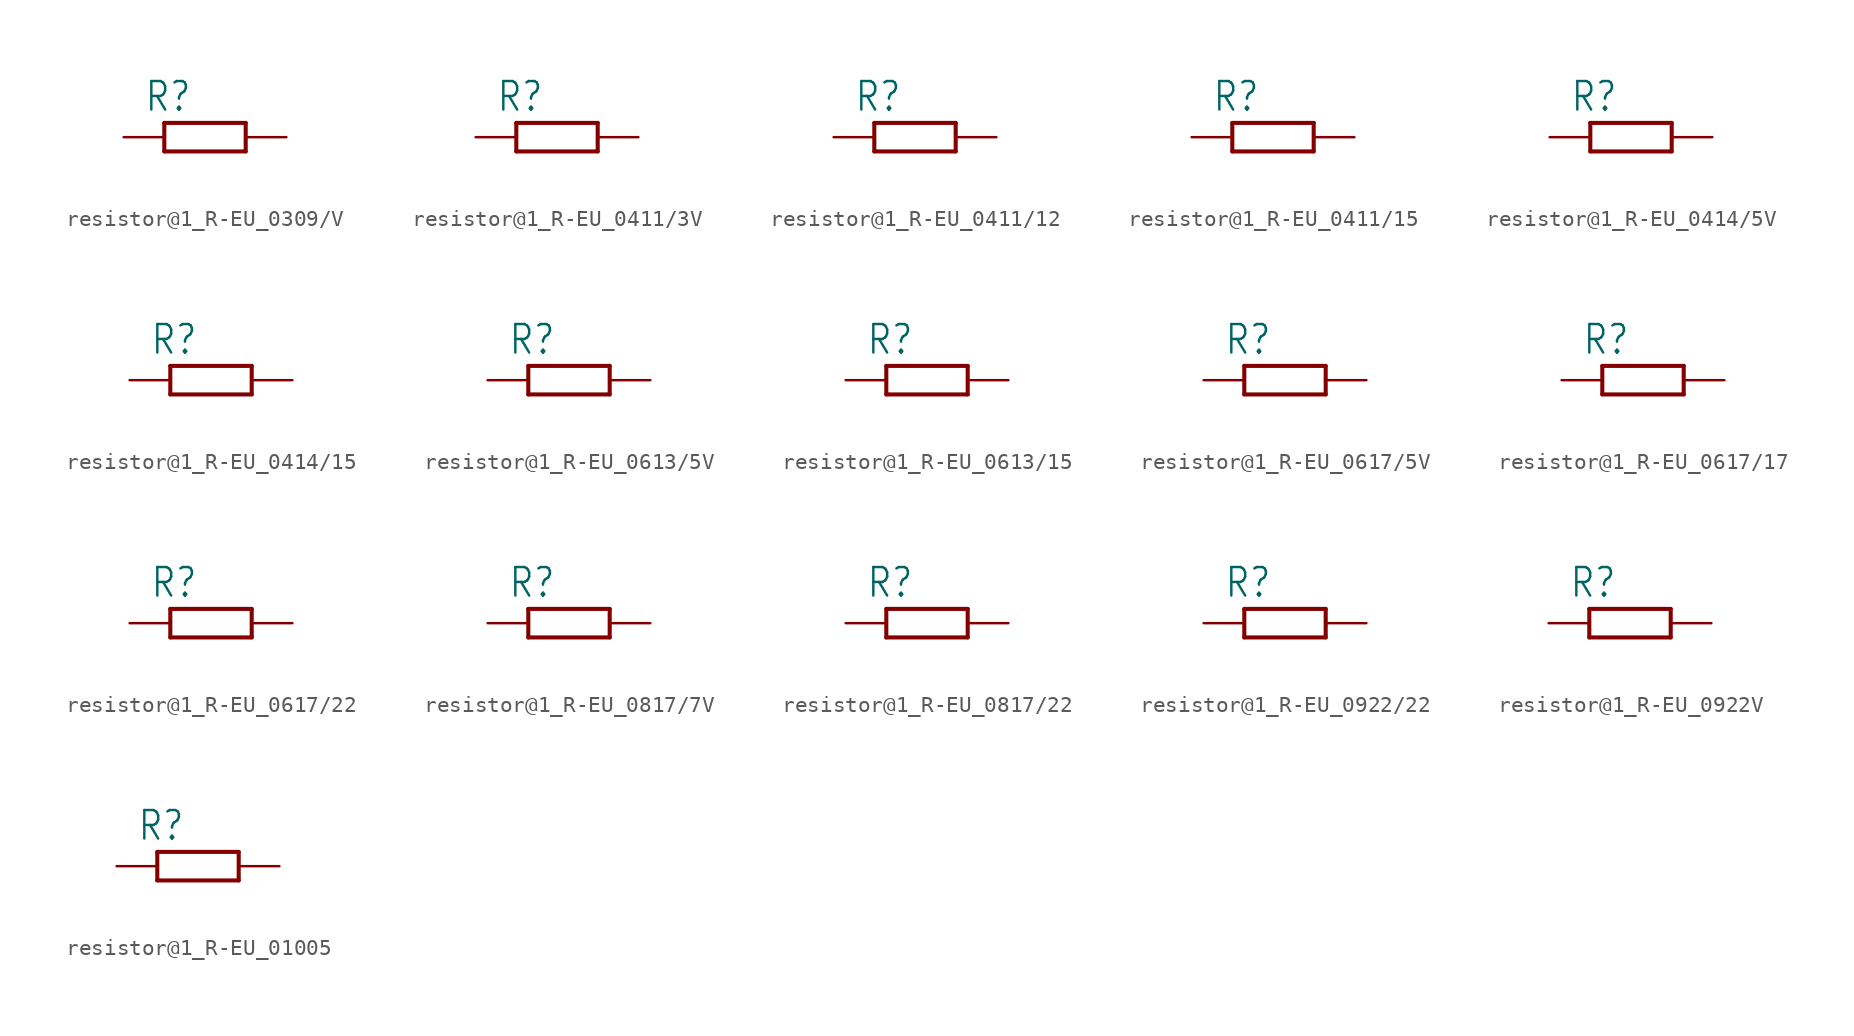
<source format=kicad_sym>
(kicad_symbol_lib
  (version 20231120)
  (generator "kicad_symbol_editor")
  (generator_version "8.0")
  (symbol "resistor@1_R-EU_0309/V"
    (property "Reference" "R"
      (at -3.81 1.499 0)
      (effects (font (size 1.778 1.511)) (justify left bottom)))
    (property "Value" ""
      (at -3.81 -3.302 0)
      (effects (font (size 1.778 1.511)) (justify left bottom)))
    (property "ki_locked" ""
      (at 0 0 0)
      (effects (font (size 1.27 1.27))))
    (symbol "resistor@1_R-EU_0309/V_1_0"
      (polyline (pts (xy -2.54 -0.889) (xy -2.54 0.889)) (stroke (width 0.254) (type solid)) (fill (type none)))
      (polyline (pts (xy -2.54 -0.889) (xy 2.54 -0.889)) (stroke (width 0.254) (type solid)) (fill (type none)))
      (polyline (pts (xy 2.54 -0.889) (xy 2.54 0.889)) (stroke (width 0.254) (type solid)) (fill (type none)))
      (polyline (pts (xy 2.54 0.889) (xy -2.54 0.889)) (stroke (width 0.254) (type solid)) (fill (type none)))
      (pin passive line (at -5.08 0 0) (length 2.54) (name "1" (effects (font (size 0 0)))) (number "1" (effects (font (size 0 0)))))
      (pin passive line (at 5.08 0 180) (length 2.54) (name "2" (effects (font (size 0 0)))) (number "2" (effects (font (size 0 0)))))))
  (symbol "resistor@1_R-EU_0411/3V"
    (property "Reference" "R"
      (at -3.81 1.499 0)
      (effects (font (size 1.778 1.511)) (justify left bottom)))
    (property "Value" ""
      (at -3.81 -3.302 0)
      (effects (font (size 1.778 1.511)) (justify left bottom)))
    (property "ki_locked" ""
      (at 0 0 0)
      (effects (font (size 1.27 1.27))))
    (symbol "resistor@1_R-EU_0411/3V_1_0"
      (polyline (pts (xy -2.54 -0.889) (xy -2.54 0.889)) (stroke (width 0.254) (type solid)) (fill (type none)))
      (polyline (pts (xy -2.54 -0.889) (xy 2.54 -0.889)) (stroke (width 0.254) (type solid)) (fill (type none)))
      (polyline (pts (xy 2.54 -0.889) (xy 2.54 0.889)) (stroke (width 0.254) (type solid)) (fill (type none)))
      (polyline (pts (xy 2.54 0.889) (xy -2.54 0.889)) (stroke (width 0.254) (type solid)) (fill (type none)))
      (pin passive line (at -5.08 0 0) (length 2.54) (name "1" (effects (font (size 0 0)))) (number "1" (effects (font (size 0 0)))))
      (pin passive line (at 5.08 0 180) (length 2.54) (name "2" (effects (font (size 0 0)))) (number "2" (effects (font (size 0 0)))))))
  (symbol "resistor@1_R-EU_0411/12"
    (property "Reference" "R"
      (at -3.81 1.499 0)
      (effects (font (size 1.778 1.511)) (justify left bottom)))
    (property "Value" ""
      (at -3.81 -3.302 0)
      (effects (font (size 1.778 1.511)) (justify left bottom)))
    (property "ki_locked" ""
      (at 0 0 0)
      (effects (font (size 1.27 1.27))))
    (symbol "resistor@1_R-EU_0411/12_1_0"
      (polyline (pts (xy -2.54 -0.889) (xy -2.54 0.889)) (stroke (width 0.254) (type solid)) (fill (type none)))
      (polyline (pts (xy -2.54 -0.889) (xy 2.54 -0.889)) (stroke (width 0.254) (type solid)) (fill (type none)))
      (polyline (pts (xy 2.54 -0.889) (xy 2.54 0.889)) (stroke (width 0.254) (type solid)) (fill (type none)))
      (polyline (pts (xy 2.54 0.889) (xy -2.54 0.889)) (stroke (width 0.254) (type solid)) (fill (type none)))
      (pin passive line (at -5.08 0 0) (length 2.54) (name "1" (effects (font (size 0 0)))) (number "1" (effects (font (size 0 0)))))
      (pin passive line (at 5.08 0 180) (length 2.54) (name "2" (effects (font (size 0 0)))) (number "2" (effects (font (size 0 0)))))))
  (symbol "resistor@1_R-EU_0411/15"
    (property "Reference" "R"
      (at -3.81 1.499 0)
      (effects (font (size 1.778 1.511)) (justify left bottom)))
    (property "Value" ""
      (at -3.81 -3.302 0)
      (effects (font (size 1.778 1.511)) (justify left bottom)))
    (property "ki_locked" ""
      (at 0 0 0)
      (effects (font (size 1.27 1.27))))
    (symbol "resistor@1_R-EU_0411/15_1_0"
      (polyline (pts (xy -2.54 -0.889) (xy -2.54 0.889)) (stroke (width 0.254) (type solid)) (fill (type none)))
      (polyline (pts (xy -2.54 -0.889) (xy 2.54 -0.889)) (stroke (width 0.254) (type solid)) (fill (type none)))
      (polyline (pts (xy 2.54 -0.889) (xy 2.54 0.889)) (stroke (width 0.254) (type solid)) (fill (type none)))
      (polyline (pts (xy 2.54 0.889) (xy -2.54 0.889)) (stroke (width 0.254) (type solid)) (fill (type none)))
      (pin passive line (at -5.08 0 0) (length 2.54) (name "1" (effects (font (size 0 0)))) (number "1" (effects (font (size 0 0)))))
      (pin passive line (at 5.08 0 180) (length 2.54) (name "2" (effects (font (size 0 0)))) (number "2" (effects (font (size 0 0)))))))
  (symbol "resistor@1_R-EU_0414/5V"
    (property "Reference" "R"
      (at -3.81 1.499 0)
      (effects (font (size 1.778 1.511)) (justify left bottom)))
    (property "Value" ""
      (at -3.81 -3.302 0)
      (effects (font (size 1.778 1.511)) (justify left bottom)))
    (property "ki_locked" ""
      (at 0 0 0)
      (effects (font (size 1.27 1.27))))
    (symbol "resistor@1_R-EU_0414/5V_1_0"
      (polyline (pts (xy -2.54 -0.889) (xy -2.54 0.889)) (stroke (width 0.254) (type solid)) (fill (type none)))
      (polyline (pts (xy -2.54 -0.889) (xy 2.54 -0.889)) (stroke (width 0.254) (type solid)) (fill (type none)))
      (polyline (pts (xy 2.54 -0.889) (xy 2.54 0.889)) (stroke (width 0.254) (type solid)) (fill (type none)))
      (polyline (pts (xy 2.54 0.889) (xy -2.54 0.889)) (stroke (width 0.254) (type solid)) (fill (type none)))
      (pin passive line (at -5.08 0 0) (length 2.54) (name "1" (effects (font (size 0 0)))) (number "1" (effects (font (size 0 0)))))
      (pin passive line (at 5.08 0 180) (length 2.54) (name "2" (effects (font (size 0 0)))) (number "2" (effects (font (size 0 0)))))))
  (symbol "resistor@1_R-EU_0414/15"
    (property "Reference" "R"
      (at -3.81 1.499 0)
      (effects (font (size 1.778 1.511)) (justify left bottom)))
    (property "Value" ""
      (at -3.81 -3.302 0)
      (effects (font (size 1.778 1.511)) (justify left bottom)))
    (property "ki_locked" ""
      (at 0 0 0)
      (effects (font (size 1.27 1.27))))
    (symbol "resistor@1_R-EU_0414/15_1_0"
      (polyline (pts (xy -2.54 -0.889) (xy -2.54 0.889)) (stroke (width 0.254) (type solid)) (fill (type none)))
      (polyline (pts (xy -2.54 -0.889) (xy 2.54 -0.889)) (stroke (width 0.254) (type solid)) (fill (type none)))
      (polyline (pts (xy 2.54 -0.889) (xy 2.54 0.889)) (stroke (width 0.254) (type solid)) (fill (type none)))
      (polyline (pts (xy 2.54 0.889) (xy -2.54 0.889)) (stroke (width 0.254) (type solid)) (fill (type none)))
      (pin passive line (at -5.08 0 0) (length 2.54) (name "1" (effects (font (size 0 0)))) (number "1" (effects (font (size 0 0)))))
      (pin passive line (at 5.08 0 180) (length 2.54) (name "2" (effects (font (size 0 0)))) (number "2" (effects (font (size 0 0)))))))
  (symbol "resistor@1_R-EU_0613/5V"
    (property "Reference" "R"
      (at -3.81 1.499 0)
      (effects (font (size 1.778 1.511)) (justify left bottom)))
    (property "Value" ""
      (at -3.81 -3.302 0)
      (effects (font (size 1.778 1.511)) (justify left bottom)))
    (property "ki_locked" ""
      (at 0 0 0)
      (effects (font (size 1.27 1.27))))
    (symbol "resistor@1_R-EU_0613/5V_1_0"
      (polyline (pts (xy -2.54 -0.889) (xy -2.54 0.889)) (stroke (width 0.254) (type solid)) (fill (type none)))
      (polyline (pts (xy -2.54 -0.889) (xy 2.54 -0.889)) (stroke (width 0.254) (type solid)) (fill (type none)))
      (polyline (pts (xy 2.54 -0.889) (xy 2.54 0.889)) (stroke (width 0.254) (type solid)) (fill (type none)))
      (polyline (pts (xy 2.54 0.889) (xy -2.54 0.889)) (stroke (width 0.254) (type solid)) (fill (type none)))
      (pin passive line (at -5.08 0 0) (length 2.54) (name "1" (effects (font (size 0 0)))) (number "1" (effects (font (size 0 0)))))
      (pin passive line (at 5.08 0 180) (length 2.54) (name "2" (effects (font (size 0 0)))) (number "2" (effects (font (size 0 0)))))))
  (symbol "resistor@1_R-EU_0613/15"
    (property "Reference" "R"
      (at -3.81 1.499 0)
      (effects (font (size 1.778 1.511)) (justify left bottom)))
    (property "Value" ""
      (at -3.81 -3.302 0)
      (effects (font (size 1.778 1.511)) (justify left bottom)))
    (property "ki_locked" ""
      (at 0 0 0)
      (effects (font (size 1.27 1.27))))
    (symbol "resistor@1_R-EU_0613/15_1_0"
      (polyline (pts (xy -2.54 -0.889) (xy -2.54 0.889)) (stroke (width 0.254) (type solid)) (fill (type none)))
      (polyline (pts (xy -2.54 -0.889) (xy 2.54 -0.889)) (stroke (width 0.254) (type solid)) (fill (type none)))
      (polyline (pts (xy 2.54 -0.889) (xy 2.54 0.889)) (stroke (width 0.254) (type solid)) (fill (type none)))
      (polyline (pts (xy 2.54 0.889) (xy -2.54 0.889)) (stroke (width 0.254) (type solid)) (fill (type none)))
      (pin passive line (at -5.08 0 0) (length 2.54) (name "1" (effects (font (size 0 0)))) (number "1" (effects (font (size 0 0)))))
      (pin passive line (at 5.08 0 180) (length 2.54) (name "2" (effects (font (size 0 0)))) (number "2" (effects (font (size 0 0)))))))
  (symbol "resistor@1_R-EU_0617/5V"
    (property "Reference" "R"
      (at -3.81 1.499 0)
      (effects (font (size 1.778 1.511)) (justify left bottom)))
    (property "Value" ""
      (at -3.81 -3.302 0)
      (effects (font (size 1.778 1.511)) (justify left bottom)))
    (property "ki_locked" ""
      (at 0 0 0)
      (effects (font (size 1.27 1.27))))
    (symbol "resistor@1_R-EU_0617/5V_1_0"
      (polyline (pts (xy -2.54 -0.889) (xy -2.54 0.889)) (stroke (width 0.254) (type solid)) (fill (type none)))
      (polyline (pts (xy -2.54 -0.889) (xy 2.54 -0.889)) (stroke (width 0.254) (type solid)) (fill (type none)))
      (polyline (pts (xy 2.54 -0.889) (xy 2.54 0.889)) (stroke (width 0.254) (type solid)) (fill (type none)))
      (polyline (pts (xy 2.54 0.889) (xy -2.54 0.889)) (stroke (width 0.254) (type solid)) (fill (type none)))
      (pin passive line (at -5.08 0 0) (length 2.54) (name "1" (effects (font (size 0 0)))) (number "1" (effects (font (size 0 0)))))
      (pin passive line (at 5.08 0 180) (length 2.54) (name "2" (effects (font (size 0 0)))) (number "2" (effects (font (size 0 0)))))))
  (symbol "resistor@1_R-EU_0617/17"
    (property "Reference" "R"
      (at -3.81 1.499 0)
      (effects (font (size 1.778 1.511)) (justify left bottom)))
    (property "Value" ""
      (at -3.81 -3.302 0)
      (effects (font (size 1.778 1.511)) (justify left bottom)))
    (property "ki_locked" ""
      (at 0 0 0)
      (effects (font (size 1.27 1.27))))
    (symbol "resistor@1_R-EU_0617/17_1_0"
      (polyline (pts (xy -2.54 -0.889) (xy -2.54 0.889)) (stroke (width 0.254) (type solid)) (fill (type none)))
      (polyline (pts (xy -2.54 -0.889) (xy 2.54 -0.889)) (stroke (width 0.254) (type solid)) (fill (type none)))
      (polyline (pts (xy 2.54 -0.889) (xy 2.54 0.889)) (stroke (width 0.254) (type solid)) (fill (type none)))
      (polyline (pts (xy 2.54 0.889) (xy -2.54 0.889)) (stroke (width 0.254) (type solid)) (fill (type none)))
      (pin passive line (at -5.08 0 0) (length 2.54) (name "1" (effects (font (size 0 0)))) (number "1" (effects (font (size 0 0)))))
      (pin passive line (at 5.08 0 180) (length 2.54) (name "2" (effects (font (size 0 0)))) (number "2" (effects (font (size 0 0)))))))
  (symbol "resistor@1_R-EU_0617/22"
    (property "Reference" "R"
      (at -3.81 1.499 0)
      (effects (font (size 1.778 1.511)) (justify left bottom)))
    (property "Value" ""
      (at -3.81 -3.302 0)
      (effects (font (size 1.778 1.511)) (justify left bottom)))
    (property "ki_locked" ""
      (at 0 0 0)
      (effects (font (size 1.27 1.27))))
    (symbol "resistor@1_R-EU_0617/22_1_0"
      (polyline (pts (xy -2.54 -0.889) (xy -2.54 0.889)) (stroke (width 0.254) (type solid)) (fill (type none)))
      (polyline (pts (xy -2.54 -0.889) (xy 2.54 -0.889)) (stroke (width 0.254) (type solid)) (fill (type none)))
      (polyline (pts (xy 2.54 -0.889) (xy 2.54 0.889)) (stroke (width 0.254) (type solid)) (fill (type none)))
      (polyline (pts (xy 2.54 0.889) (xy -2.54 0.889)) (stroke (width 0.254) (type solid)) (fill (type none)))
      (pin passive line (at -5.08 0 0) (length 2.54) (name "1" (effects (font (size 0 0)))) (number "1" (effects (font (size 0 0)))))
      (pin passive line (at 5.08 0 180) (length 2.54) (name "2" (effects (font (size 0 0)))) (number "2" (effects (font (size 0 0)))))))
  (symbol "resistor@1_R-EU_0817/7V"
    (property "Reference" "R"
      (at -3.81 1.499 0)
      (effects (font (size 1.778 1.511)) (justify left bottom)))
    (property "Value" ""
      (at -3.81 -3.302 0)
      (effects (font (size 1.778 1.511)) (justify left bottom)))
    (property "ki_locked" ""
      (at 0 0 0)
      (effects (font (size 1.27 1.27))))
    (symbol "resistor@1_R-EU_0817/7V_1_0"
      (polyline (pts (xy -2.54 -0.889) (xy -2.54 0.889)) (stroke (width 0.254) (type solid)) (fill (type none)))
      (polyline (pts (xy -2.54 -0.889) (xy 2.54 -0.889)) (stroke (width 0.254) (type solid)) (fill (type none)))
      (polyline (pts (xy 2.54 -0.889) (xy 2.54 0.889)) (stroke (width 0.254) (type solid)) (fill (type none)))
      (polyline (pts (xy 2.54 0.889) (xy -2.54 0.889)) (stroke (width 0.254) (type solid)) (fill (type none)))
      (pin passive line (at -5.08 0 0) (length 2.54) (name "1" (effects (font (size 0 0)))) (number "1" (effects (font (size 0 0)))))
      (pin passive line (at 5.08 0 180) (length 2.54) (name "2" (effects (font (size 0 0)))) (number "2" (effects (font (size 0 0)))))))
  (symbol "resistor@1_R-EU_0817/22"
    (property "Reference" "R"
      (at -3.81 1.499 0)
      (effects (font (size 1.778 1.511)) (justify left bottom)))
    (property "Value" ""
      (at -3.81 -3.302 0)
      (effects (font (size 1.778 1.511)) (justify left bottom)))
    (property "ki_locked" ""
      (at 0 0 0)
      (effects (font (size 1.27 1.27))))
    (symbol "resistor@1_R-EU_0817/22_1_0"
      (polyline (pts (xy -2.54 -0.889) (xy -2.54 0.889)) (stroke (width 0.254) (type solid)) (fill (type none)))
      (polyline (pts (xy -2.54 -0.889) (xy 2.54 -0.889)) (stroke (width 0.254) (type solid)) (fill (type none)))
      (polyline (pts (xy 2.54 -0.889) (xy 2.54 0.889)) (stroke (width 0.254) (type solid)) (fill (type none)))
      (polyline (pts (xy 2.54 0.889) (xy -2.54 0.889)) (stroke (width 0.254) (type solid)) (fill (type none)))
      (pin passive line (at -5.08 0 0) (length 2.54) (name "1" (effects (font (size 0 0)))) (number "1" (effects (font (size 0 0)))))
      (pin passive line (at 5.08 0 180) (length 2.54) (name "2" (effects (font (size 0 0)))) (number "2" (effects (font (size 0 0)))))))
  (symbol "resistor@1_R-EU_0922/22"
    (property "Reference" "R"
      (at -3.81 1.499 0)
      (effects (font (size 1.778 1.511)) (justify left bottom)))
    (property "Value" ""
      (at -3.81 -3.302 0)
      (effects (font (size 1.778 1.511)) (justify left bottom)))
    (property "ki_locked" ""
      (at 0 0 0)
      (effects (font (size 1.27 1.27))))
    (symbol "resistor@1_R-EU_0922/22_1_0"
      (polyline (pts (xy -2.54 -0.889) (xy -2.54 0.889)) (stroke (width 0.254) (type solid)) (fill (type none)))
      (polyline (pts (xy -2.54 -0.889) (xy 2.54 -0.889)) (stroke (width 0.254) (type solid)) (fill (type none)))
      (polyline (pts (xy 2.54 -0.889) (xy 2.54 0.889)) (stroke (width 0.254) (type solid)) (fill (type none)))
      (polyline (pts (xy 2.54 0.889) (xy -2.54 0.889)) (stroke (width 0.254) (type solid)) (fill (type none)))
      (pin passive line (at -5.08 0 0) (length 2.54) (name "1" (effects (font (size 0 0)))) (number "1" (effects (font (size 0 0)))))
      (pin passive line (at 5.08 0 180) (length 2.54) (name "2" (effects (font (size 0 0)))) (number "2" (effects (font (size 0 0)))))))
  (symbol "resistor@1_R-EU_0922V"
    (property "Reference" "R"
      (at -3.81 1.499 0)
      (effects (font (size 1.778 1.511)) (justify left bottom)))
    (property "Value" ""
      (at -3.81 -3.302 0)
      (effects (font (size 1.778 1.511)) (justify left bottom)))
    (property "ki_locked" ""
      (at 0 0 0)
      (effects (font (size 1.27 1.27))))
    (symbol "resistor@1_R-EU_0922V_1_0"
      (polyline (pts (xy -2.54 -0.889) (xy -2.54 0.889)) (stroke (width 0.254) (type solid)) (fill (type none)))
      (polyline (pts (xy -2.54 -0.889) (xy 2.54 -0.889)) (stroke (width 0.254) (type solid)) (fill (type none)))
      (polyline (pts (xy 2.54 -0.889) (xy 2.54 0.889)) (stroke (width 0.254) (type solid)) (fill (type none)))
      (polyline (pts (xy 2.54 0.889) (xy -2.54 0.889)) (stroke (width 0.254) (type solid)) (fill (type none)))
      (pin passive line (at -5.08 0 0) (length 2.54) (name "1" (effects (font (size 0 0)))) (number "1" (effects (font (size 0 0)))))
      (pin passive line (at 5.08 0 180) (length 2.54) (name "2" (effects (font (size 0 0)))) (number "2" (effects (font (size 0 0)))))))
  (symbol "resistor@1_R-EU_01005"
    (property "Reference" "R"
      (at -3.81 1.499 0)
      (effects (font (size 1.778 1.511)) (justify left bottom)))
    (property "Value" ""
      (at -3.81 -3.302 0)
      (effects (font (size 1.778 1.511)) (justify left bottom)))
    (property "ki_locked" ""
      (at 0 0 0)
      (effects (font (size 1.27 1.27))))
    (symbol "resistor@1_R-EU_01005_1_0"
      (polyline (pts (xy -2.54 -0.889) (xy -2.54 0.889)) (stroke (width 0.254) (type solid)) (fill (type none)))
      (polyline (pts (xy -2.54 -0.889) (xy 2.54 -0.889)) (stroke (width 0.254) (type solid)) (fill (type none)))
      (polyline (pts (xy 2.54 -0.889) (xy 2.54 0.889)) (stroke (width 0.254) (type solid)) (fill (type none)))
      (polyline (pts (xy 2.54 0.889) (xy -2.54 0.889)) (stroke (width 0.254) (type solid)) (fill (type none)))
      (pin passive line (at -5.08 0 0) (length 2.54) (name "1" (effects (font (size 0 0)))) (number "1" (effects (font (size 0 0)))))
      (pin passive line (at 5.08 0 180) (length 2.54) (name "2" (effects (font (size 0 0)))) (number "2" (effects (font (size 0 0))))))))
</source>
